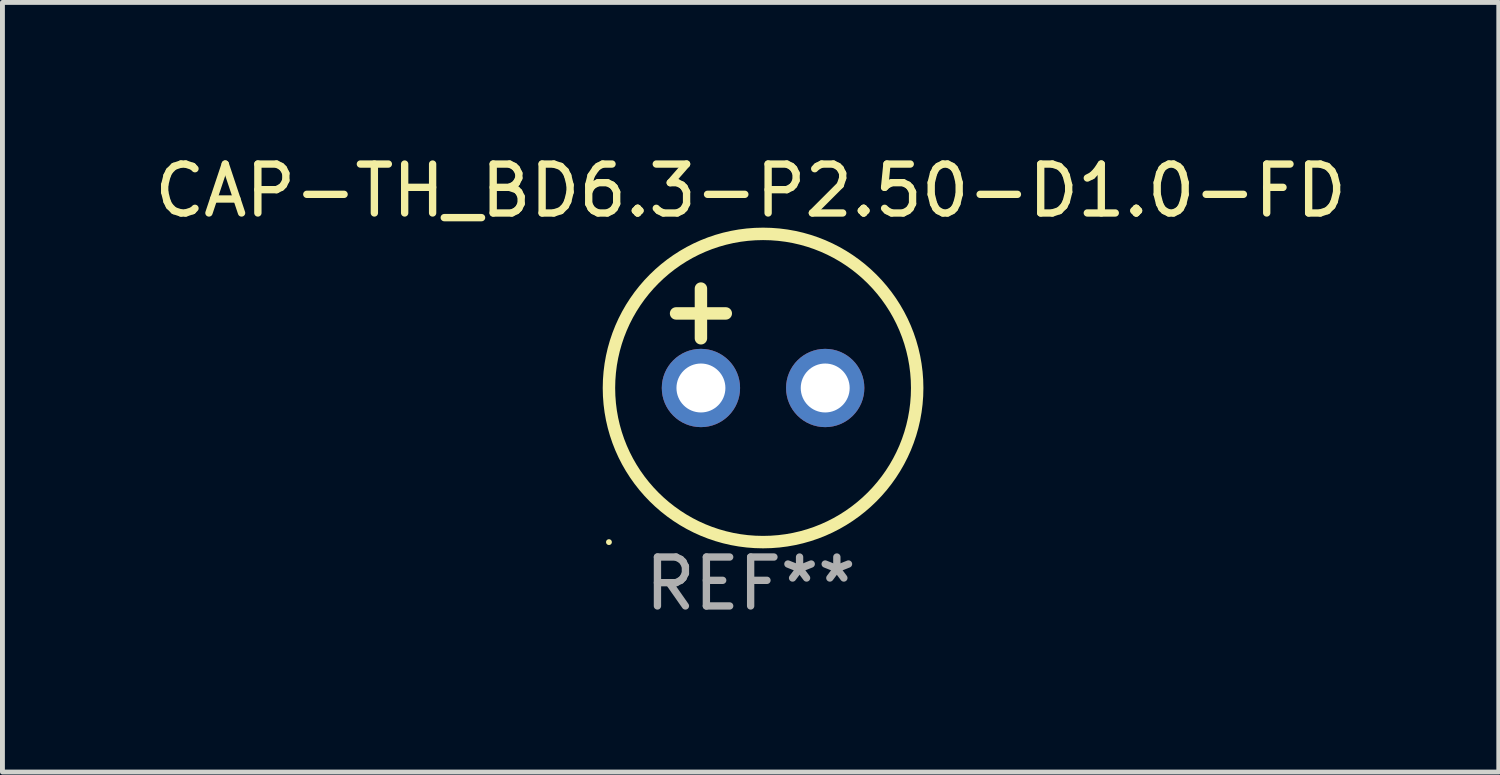
<source format=kicad_pcb>
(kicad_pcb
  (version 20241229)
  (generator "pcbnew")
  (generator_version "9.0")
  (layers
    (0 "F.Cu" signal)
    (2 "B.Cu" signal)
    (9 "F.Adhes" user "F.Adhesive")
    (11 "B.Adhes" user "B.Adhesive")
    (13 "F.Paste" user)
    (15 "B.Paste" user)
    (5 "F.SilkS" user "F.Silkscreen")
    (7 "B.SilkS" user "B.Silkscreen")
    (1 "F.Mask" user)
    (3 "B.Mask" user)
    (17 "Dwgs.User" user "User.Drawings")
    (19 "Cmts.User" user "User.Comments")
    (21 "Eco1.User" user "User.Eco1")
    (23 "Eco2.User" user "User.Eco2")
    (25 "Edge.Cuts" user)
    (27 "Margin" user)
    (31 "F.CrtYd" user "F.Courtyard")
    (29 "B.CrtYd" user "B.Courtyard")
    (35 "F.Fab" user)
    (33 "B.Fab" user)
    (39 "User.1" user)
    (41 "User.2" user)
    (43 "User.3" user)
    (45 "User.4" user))
  (footprint "CAP-TH_BD6.3-P2.50-D1.0-FD"
    (layer "F.Cu")
    (at 12.292 3.864)
    (property "Reference" "CAP-TH_BD6.3-P2.50-D1.0-FD" (at 0 -3.016 0) (layer "F.SilkS") (effects (font (size 1 1) (thickness 0.15))))
    (attr through_hole)
    (fp_line (start -1.524 -0.508) (end -0.508 -0.508) (stroke (width 0.254) (type solid)) (layer "F.SilkS"))
    (fp_line (start -1.016 -1.016) (end -1.016 0) (stroke (width 0.254) (type solid)) (layer "F.SilkS"))
    (fp_circle (center -2.896 4.166) (end -2.866 4.166) (stroke (width 0.06) (type solid)) (fill no) (layer "F.SilkS"))
    (fp_circle (center 0.254 1.016) (end 3.404 1.016) (stroke (width 0.254) (type solid)) (fill no) (layer "F.SilkS"))
    (fp_text user "REF**" (at 0 5.016 0) (layer "F.Fab") (effects (font (size 1 1) (thickness 0.15))))
    (pad "1" thru_hole circle (at -1.016 1.016) (size 1.6 1.6) (drill 1) (layers "*.Cu" "*.Mask"))
    (pad "2" thru_hole circle (at 1.524 1.016) (size 1.6 1.6) (drill 1) (layers "*.Cu" "*.Mask")))
  (gr_rect
    (start -3 -3)
    (end 27.583 12.729)
    (stroke (width 0.1) (type default))
    (fill no)
    (layer "Edge.Cuts")))
</source>
